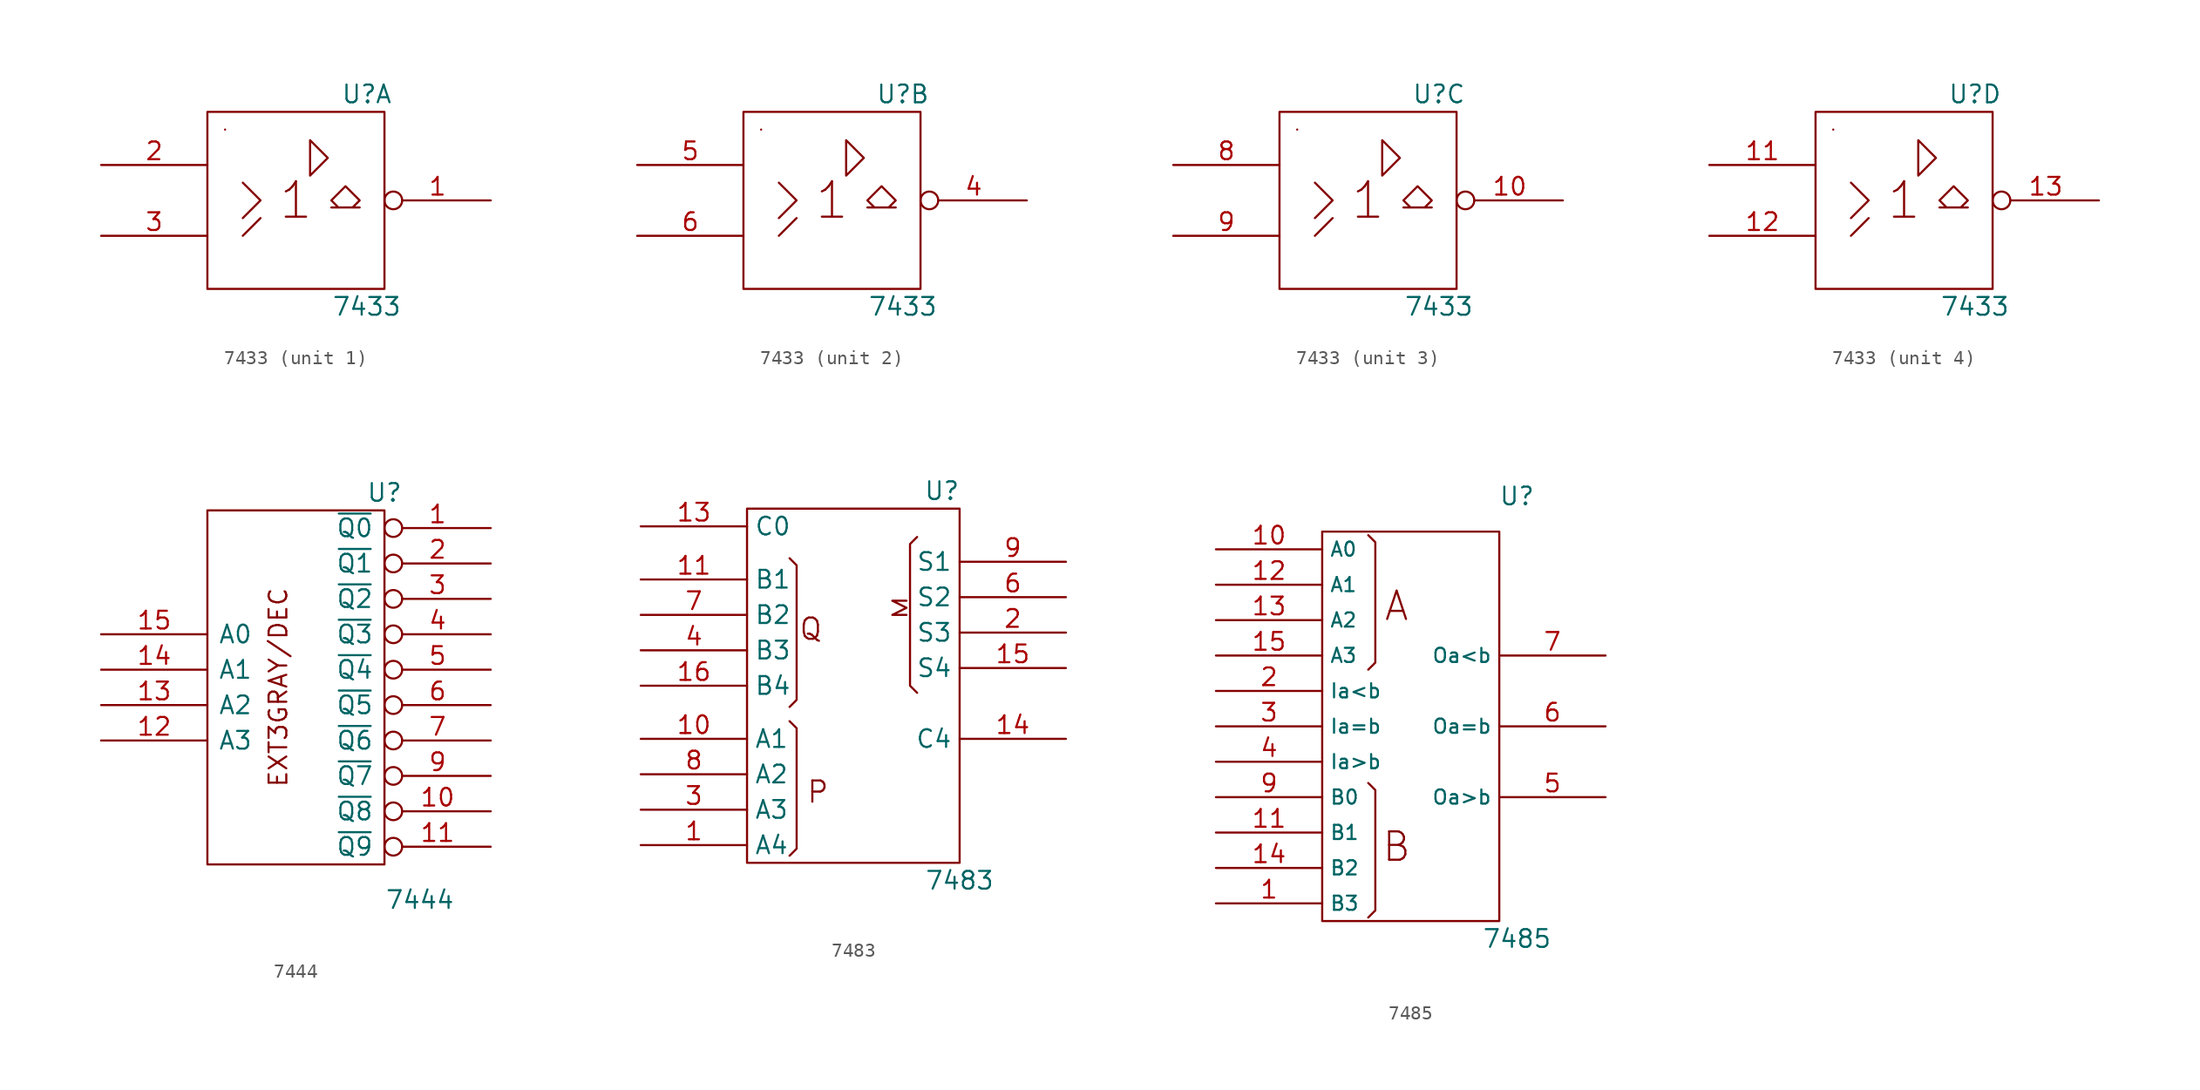
<source format=kicad_sym>
(kicad_symbol_lib
  (version 20201005)
  (generator kicad_symbol_editor)
  (symbol "7433"
    (pin_names
      (offset 0.762))
    (property "Reference" "U"
      (at 5.08 7.62 0)
      (effects (font (size 1.27 1.27))))
    (property "Value" "7433"
      (at 5.08 -7.62 0)
      (effects (font (size 1.27 1.27))))
    (symbol "7433_0_0"
      (text "1" (at 0 0 0) (effects (font (size 2.54 2.54))))
      (rectangle (start -5.08 5.08) (end -5.08 5.08) (stroke (width 0)) (fill (type none)))
      (polyline (pts (xy -3.81 -2.54) (xy -2.54 -1.27) (xy -2.54 -1.27)) (stroke (width 0)) (fill (type none)))
      (polyline (pts (xy -3.81 1.27) (xy -2.54 0) (xy -3.81 -1.27) (xy -3.81 -1.27)) (stroke (width 0)) (fill (type none)))
      (polyline (pts (xy 1.016 4.318) (xy 1.016 1.778) (xy 2.286 3.048) (xy 1.016 4.318) (xy 1.016 4.318)) (stroke (width 0)) (fill (type none)))
      (pin power_in line (at 0 6.35 270) (length 0) hide (name "VCC" (effects (font (size 1.27 1.27)))) (number "14" (effects (font (size 1.27 1.27)))))
      (pin power_in line (at 0 -6.35 90) (length 0) hide (name "GND" (effects (font (size 1.27 1.27)))) (number "7" (effects (font (size 1.27 1.27))))))
    (symbol "7433_0_1"
      (rectangle (start -6.35 6.35) (end 6.35 -6.35) (stroke (width 0)) (fill (type none)))
      (polyline (pts (xy 3.556 1.016) (xy 4.572 0) (xy 4.064 -0.508) (xy 4.572 -0.508) (xy 2.54 -0.508) (xy 3.556 -0.508) (xy 3.556 -0.508) (xy 3.048 -0.508) (xy 2.54 0) (xy 3.556 1.016) (xy 3.556 1.016)) (stroke (width 0)) (fill (type none))))
    (symbol "7433_1_1"
      (pin open_collector inverted (at 13.97 0 180) (length 7.62) (name "~" (effects (font (size 1.27 1.27)))) (number "1" (effects (font (size 1.27 1.27)))))
      (pin input line (at -13.97 2.54 0) (length 7.62) (name "~" (effects (font (size 1.27 1.27)))) (number "2" (effects (font (size 1.27 1.27)))))
      (pin input line (at -13.97 -2.54 0) (length 7.62) (name "~" (effects (font (size 1.27 1.27)))) (number "3" (effects (font (size 1.27 1.27))))))
    (symbol "7433_2_1"
      (pin open_collector inverted (at 13.97 0 180) (length 7.62) (name "~" (effects (font (size 1.27 1.27)))) (number "4" (effects (font (size 1.27 1.27)))))
      (pin input line (at -13.97 2.54 0) (length 7.62) (name "~" (effects (font (size 1.27 1.27)))) (number "5" (effects (font (size 1.27 1.27)))))
      (pin input line (at -13.97 -2.54 0) (length 7.62) (name "~" (effects (font (size 1.27 1.27)))) (number "6" (effects (font (size 1.27 1.27))))))
    (symbol "7433_3_1"
      (pin open_collector inverted (at 13.97 0 180) (length 7.62) (name "~" (effects (font (size 1.27 1.27)))) (number "10" (effects (font (size 1.27 1.27)))))
      (pin input line (at -13.97 2.54 0) (length 7.62) (name "~" (effects (font (size 1.27 1.27)))) (number "8" (effects (font (size 1.27 1.27)))))
      (pin input line (at -13.97 -2.54 0) (length 7.62) (name "~" (effects (font (size 1.27 1.27)))) (number "9" (effects (font (size 1.27 1.27))))))
    (symbol "7433_4_1"
      (pin input line (at -13.97 2.54 0) (length 7.62) (name "~" (effects (font (size 1.27 1.27)))) (number "11" (effects (font (size 1.27 1.27)))))
      (pin input line (at -13.97 -2.54 0) (length 7.62) (name "~" (effects (font (size 1.27 1.27)))) (number "12" (effects (font (size 1.27 1.27)))))
      (pin open_collector inverted (at 13.97 0 180) (length 7.62) (name "~" (effects (font (size 1.27 1.27)))) (number "13" (effects (font (size 1.27 1.27)))))))
  (symbol "7444"
    (pin_names
      (offset 0.762))
    (property "Reference" "U"
      (at 6.35 13.97 0)
      (effects (font (size 1.27 1.27))))
    (property "Value" "7444"
      (at 8.89 -15.24 0)
      (effects (font (size 1.27 1.27))))
    (symbol "7444_0_0"
      (text "EXT3GRAY/DEC" (at -1.27 0 900) (effects (font (size 1.27 1.27))))
      (rectangle (start -6.35 12.7) (end 6.35 -12.7) (stroke (width 0)) (fill (type none)))
      (pin power_in line (at 0 12.7 270) (length 0) hide (name "VCC" (effects (font (size 1.27 1.27)))) (number "16" (effects (font (size 1.27 1.27)))))
      (pin power_in line (at 0 -12.7 90) (length 0) hide (name "GND" (effects (font (size 1.27 1.27)))) (number "8" (effects (font (size 1.27 1.27))))))
    (symbol "7444_1_1"
      (pin output inverted (at 13.97 11.43 180) (length 7.62) (name "~Q0" (effects (font (size 1.27 1.27)))) (number "1" (effects (font (size 1.27 1.27)))))
      (pin output inverted (at 13.97 -8.89 180) (length 7.62) (name "~Q8" (effects (font (size 1.27 1.27)))) (number "10" (effects (font (size 1.27 1.27)))))
      (pin output inverted (at 13.97 -11.43 180) (length 7.62) (name "~Q9" (effects (font (size 1.27 1.27)))) (number "11" (effects (font (size 1.27 1.27)))))
      (pin input line (at -13.97 -3.81 0) (length 7.62) (name "A3" (effects (font (size 1.27 1.27)))) (number "12" (effects (font (size 1.27 1.27)))))
      (pin input line (at -13.97 -1.27 0) (length 7.62) (name "A2" (effects (font (size 1.27 1.27)))) (number "13" (effects (font (size 1.27 1.27)))))
      (pin input line (at -13.97 1.27 0) (length 7.62) (name "A1" (effects (font (size 1.27 1.27)))) (number "14" (effects (font (size 1.27 1.27)))))
      (pin input line (at -13.97 3.81 0) (length 7.62) (name "A0" (effects (font (size 1.27 1.27)))) (number "15" (effects (font (size 1.27 1.27)))))
      (pin output inverted (at 13.97 8.89 180) (length 7.62) (name "~Q1" (effects (font (size 1.27 1.27)))) (number "2" (effects (font (size 1.27 1.27)))))
      (pin output inverted (at 13.97 6.35 180) (length 7.62) (name "~Q2" (effects (font (size 1.27 1.27)))) (number "3" (effects (font (size 1.27 1.27)))))
      (pin output inverted (at 13.97 3.81 180) (length 7.62) (name "~Q3" (effects (font (size 1.27 1.27)))) (number "4" (effects (font (size 1.27 1.27)))))
      (pin output inverted (at 13.97 1.27 180) (length 7.62) (name "~Q4" (effects (font (size 1.27 1.27)))) (number "5" (effects (font (size 1.27 1.27)))))
      (pin output inverted (at 13.97 -1.27 180) (length 7.62) (name "~Q5" (effects (font (size 1.27 1.27)))) (number "6" (effects (font (size 1.27 1.27)))))
      (pin output inverted (at 13.97 -3.81 180) (length 7.62) (name "~Q6" (effects (font (size 1.27 1.27)))) (number "7" (effects (font (size 1.27 1.27)))))
      (pin output inverted (at 13.97 -6.35 180) (length 7.62) (name "~Q7" (effects (font (size 1.27 1.27)))) (number "9" (effects (font (size 1.27 1.27)))))))
  (symbol "7483"
    (property "Reference" "U"
      (at 6.35 13.97 0)
      (effects (font (size 1.27 1.27))))
    (property "Value" "7483"
      (at 7.62 -13.97 0)
      (effects (font (size 1.27 1.27))))
    (symbol "7483_0_0"
      (text "P" (at -2.54 -7.62 0) (effects (font (size 1.524 1.524))))
      (text "Q" (at -3.048 4.064 0) (effects (font (size 1.524 1.524))))
      (rectangle (start -7.62 12.7) (end 7.62 -12.7) (stroke (width 0)) (fill (type none)))
      (polyline (pts (xy -4.572 -12.192) (xy -4.064 -11.684) (xy -4.064 -3.048) (xy -4.572 -2.54) (xy -4.572 -2.54)) (stroke (width 0)) (fill (type none)))
      (polyline (pts (xy -4.572 9.144) (xy -4.064 8.636) (xy -4.064 -1.016) (xy -4.572 -1.524) (xy -4.572 -1.524)) (stroke (width 0)) (fill (type none)))
      (polyline (pts (xy 4.572 10.668) (xy 4.064 10.16) (xy 4.064 0) (xy 4.572 -0.508) (xy 4.572 -0.508)) (stroke (width 0)) (fill (type none)))
      (polyline (pts (xy 3.81 6.096) (xy 2.794 6.096) (xy 3.81 5.588) (xy 2.794 5.08) (xy 3.81 5.08) (xy 3.81 5.08)) (stroke (width 0)) (fill (type none)))
      (pin power_in line (at 0 -12.7 90) (length 0) hide (name "GND" (effects (font (size 1.27 1.27)))) (number "12" (effects (font (size 1.27 1.27)))))
      (pin power_in line (at 0 12.7 270) (length 0) hide (name "VCC" (effects (font (size 1.27 1.27)))) (number "5" (effects (font (size 1.27 1.27))))))
    (symbol "7483_1_1"
      (pin input line (at -15.24 -11.43 0) (length 7.62) (name "A4" (effects (font (size 1.27 1.27)))) (number "1" (effects (font (size 1.27 1.27)))))
      (pin input line (at -15.24 -3.81 0) (length 7.62) (name "A1" (effects (font (size 1.27 1.27)))) (number "10" (effects (font (size 1.27 1.27)))))
      (pin input line (at -15.24 7.62 0) (length 7.62) (name "B1" (effects (font (size 1.27 1.27)))) (number "11" (effects (font (size 1.27 1.27)))))
      (pin input line (at -15.24 11.43 0) (length 7.62) (name "C0" (effects (font (size 1.27 1.27)))) (number "13" (effects (font (size 1.27 1.27)))))
      (pin output line (at 15.24 -3.81 180) (length 7.62) (name "C4" (effects (font (size 1.27 1.27)))) (number "14" (effects (font (size 1.27 1.27)))))
      (pin output line (at 15.24 1.27 180) (length 7.62) (name "S4" (effects (font (size 1.27 1.27)))) (number "15" (effects (font (size 1.27 1.27)))))
      (pin input line (at -15.24 0 0) (length 7.62) (name "B4" (effects (font (size 1.27 1.27)))) (number "16" (effects (font (size 1.27 1.27)))))
      (pin output line (at 15.24 3.81 180) (length 7.62) (name "S3" (effects (font (size 1.27 1.27)))) (number "2" (effects (font (size 1.27 1.27)))))
      (pin input line (at -15.24 -8.89 0) (length 7.62) (name "A3" (effects (font (size 1.27 1.27)))) (number "3" (effects (font (size 1.27 1.27)))))
      (pin input line (at -15.24 2.54 0) (length 7.62) (name "B3" (effects (font (size 1.27 1.27)))) (number "4" (effects (font (size 1.27 1.27)))))
      (pin output line (at 15.24 6.35 180) (length 7.62) (name "S2" (effects (font (size 1.27 1.27)))) (number "6" (effects (font (size 1.27 1.27)))))
      (pin input line (at -15.24 5.08 0) (length 7.62) (name "B2" (effects (font (size 1.27 1.27)))) (number "7" (effects (font (size 1.27 1.27)))))
      (pin input line (at -15.24 -6.35 0) (length 7.62) (name "A2" (effects (font (size 1.27 1.27)))) (number "8" (effects (font (size 1.27 1.27)))))
      (pin output line (at 15.24 8.89 180) (length 7.62) (name "S1" (effects (font (size 1.27 1.27)))) (number "9" (effects (font (size 1.27 1.27)))))))
  (symbol "7485"
    (property "Reference" "U"
      (at 7.62 16.51 0)
      (effects (font (size 1.27 1.27))))
    (property "Value" "7485"
      (at 7.62 -15.24 0)
      (effects (font (size 1.27 1.27))))
    (symbol "7485_0_0"
      (text "A" (at -1.016 8.636 0) (effects (font (size 2.032 2.032))))
      (text "B" (at -1.016 -8.636 0) (effects (font (size 2.032 2.032))))
      (rectangle (start -6.35 13.97) (end 6.35 -13.97) (stroke (width 0)) (fill (type none)))
      (polyline (pts (xy -3.048 -13.716) (xy -2.54 -13.208) (xy -2.54 -4.572) (xy -3.048 -4.064) (xy -3.048 -4.064)) (stroke (width 0)) (fill (type none)))
      (polyline (pts (xy -3.048 13.716) (xy -2.54 13.208) (xy -2.54 4.572) (xy -3.048 4.064) (xy -3.048 4.064)) (stroke (width 0)) (fill (type none)))
      (pin power_in line (at 0 13.97 270) (length 0) hide (name "VCC" (effects (font (size 1.016 1.016)))) (number "16" (effects (font (size 1.27 1.27)))))
      (pin power_in line (at 0 -13.97 90) (length 0) hide (name "GND" (effects (font (size 1.016 1.016)))) (number "8" (effects (font (size 1.27 1.27))))))
    (symbol "7485_1_1"
      (pin input line (at -13.97 -12.7 0) (length 7.62) (name "B3" (effects (font (size 1.016 1.016)))) (number "1" (effects (font (size 1.27 1.27)))))
      (pin input line (at -13.97 12.7 0) (length 7.62) (name "A0" (effects (font (size 1.016 1.016)))) (number "10" (effects (font (size 1.27 1.27)))))
      (pin input line (at -13.97 -7.62 0) (length 7.62) (name "B1" (effects (font (size 1.016 1.016)))) (number "11" (effects (font (size 1.27 1.27)))))
      (pin input line (at -13.97 10.16 0) (length 7.62) (name "A1" (effects (font (size 1.016 1.016)))) (number "12" (effects (font (size 1.27 1.27)))))
      (pin input line (at -13.97 7.62 0) (length 7.62) (name "A2" (effects (font (size 1.016 1.016)))) (number "13" (effects (font (size 1.27 1.27)))))
      (pin input line (at -13.97 -10.16 0) (length 7.62) (name "B2" (effects (font (size 1.016 1.016)))) (number "14" (effects (font (size 1.27 1.27)))))
      (pin input line (at -13.97 5.08 0) (length 7.62) (name "A3" (effects (font (size 1.016 1.016)))) (number "15" (effects (font (size 1.27 1.27)))))
      (pin input line (at -13.97 2.54 0) (length 7.62) (name "Ia<b" (effects (font (size 1.016 1.016)))) (number "2" (effects (font (size 1.27 1.27)))))
      (pin input line (at -13.97 0 0) (length 7.62) (name "Ia=b" (effects (font (size 1.016 1.016)))) (number "3" (effects (font (size 1.27 1.27)))))
      (pin input line (at -13.97 -2.54 0) (length 7.62) (name "Ia>b" (effects (font (size 1.016 1.016)))) (number "4" (effects (font (size 1.27 1.27)))))
      (pin output line (at 13.97 -5.08 180) (length 7.62) (name "Oa>b" (effects (font (size 1.016 1.016)))) (number "5" (effects (font (size 1.27 1.27)))))
      (pin output line (at 13.97 0 180) (length 7.62) (name "Oa=b" (effects (font (size 1.016 1.016)))) (number "6" (effects (font (size 1.27 1.27)))))
      (pin output line (at 13.97 5.08 180) (length 7.62) (name "Oa<b" (effects (font (size 1.016 1.016)))) (number "7" (effects (font (size 1.27 1.27)))))
      (pin input line (at -13.97 -5.08 0) (length 7.62) (name "B0" (effects (font (size 1.016 1.016)))) (number "9" (effects (font (size 1.27 1.27))))))))
</source>
